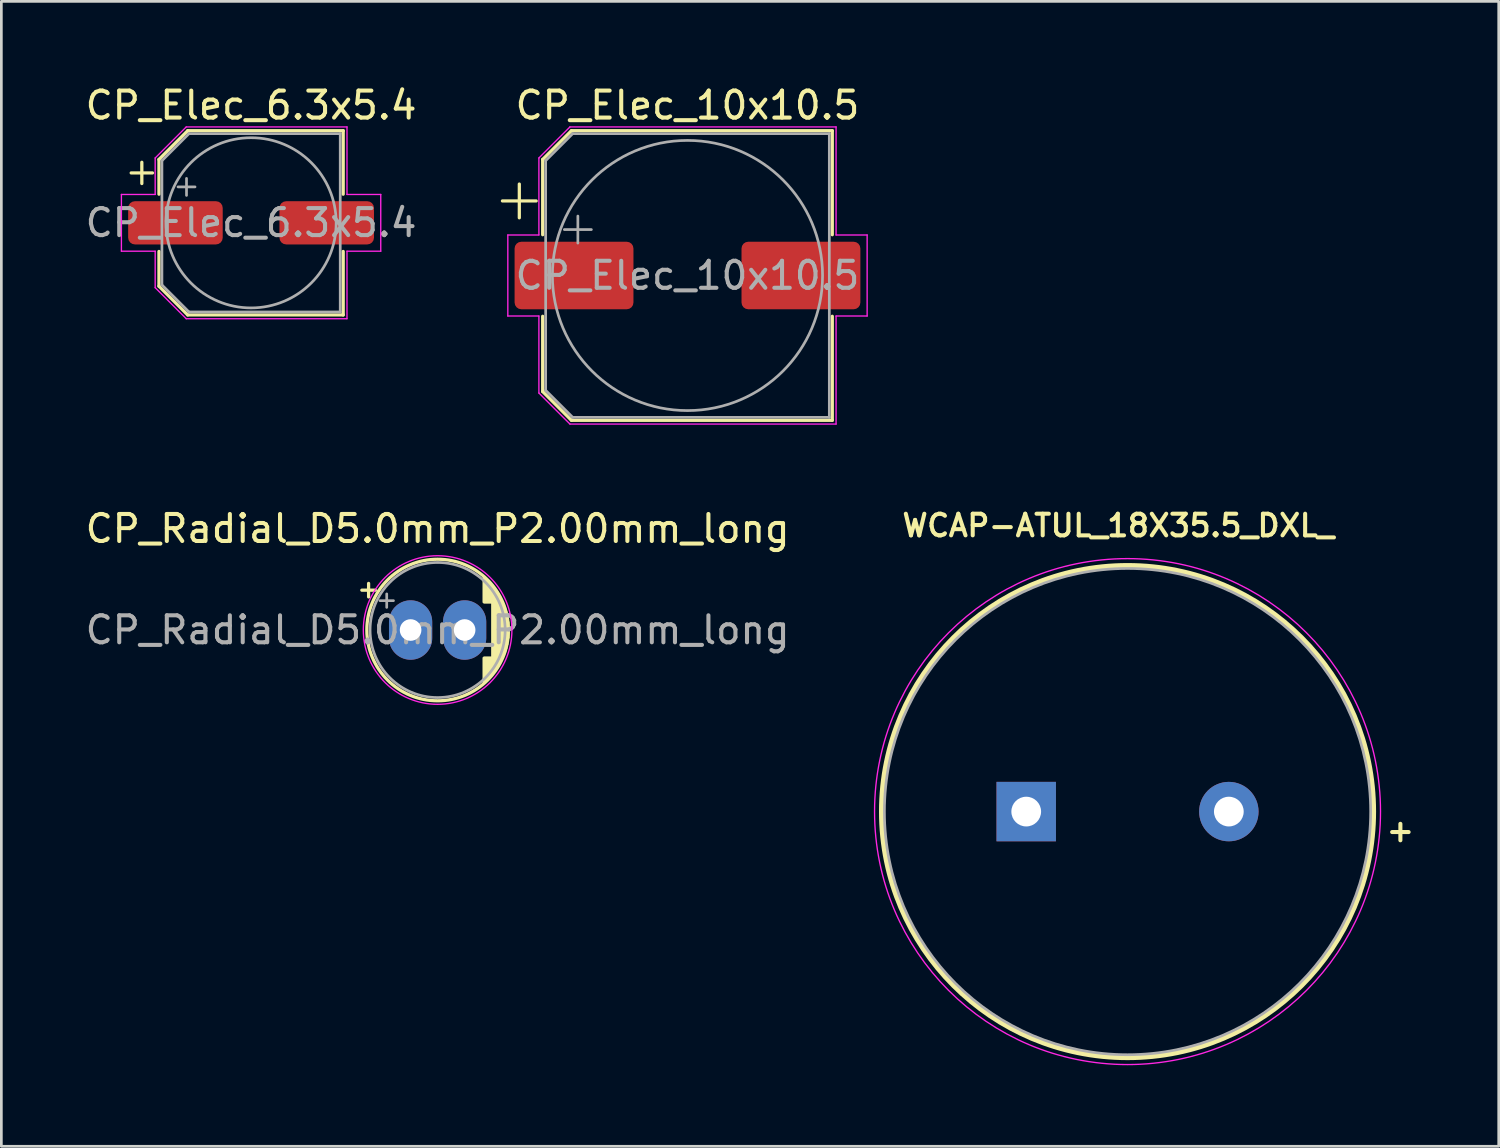
<source format=kicad_pcb>
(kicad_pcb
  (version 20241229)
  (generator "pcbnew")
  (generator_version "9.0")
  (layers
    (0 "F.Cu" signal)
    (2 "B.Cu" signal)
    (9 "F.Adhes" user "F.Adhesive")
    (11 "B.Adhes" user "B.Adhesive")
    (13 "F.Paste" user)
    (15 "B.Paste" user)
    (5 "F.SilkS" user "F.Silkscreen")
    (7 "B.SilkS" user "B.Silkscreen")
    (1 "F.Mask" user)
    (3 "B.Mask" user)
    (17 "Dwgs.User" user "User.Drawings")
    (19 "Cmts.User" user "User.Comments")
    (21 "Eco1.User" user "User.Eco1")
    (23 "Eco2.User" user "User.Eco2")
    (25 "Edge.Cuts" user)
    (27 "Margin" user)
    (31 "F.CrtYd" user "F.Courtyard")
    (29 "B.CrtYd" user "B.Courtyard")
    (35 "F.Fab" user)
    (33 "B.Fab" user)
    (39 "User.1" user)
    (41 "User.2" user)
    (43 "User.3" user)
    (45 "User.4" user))
  (footprint "CP_Elec_6.3x5.4"
    (layer "F.Cu")
    (at 6.244 5.198)
    (property "Reference" "CP_Elec_6.3x5.4" (at 0 -4.35 0) (layer "F.SilkS") (effects (font (size 1 1) (thickness 0.15))))
    (attr smd)
    (fp_line (start -4.438 -1.847) (end -3.65 -1.847) (stroke (width 0.12) (type solid)) (layer "F.SilkS"))
    (fp_line (start -4.044 -2.241) (end -4.044 -1.454) (stroke (width 0.12) (type solid)) (layer "F.SilkS"))
    (fp_line (start -3.41 -2.346) (end -3.41 -1.06) (stroke (width 0.12) (type solid)) (layer "F.SilkS"))
    (fp_line (start -3.41 -2.346) (end -2.346 -3.41) (stroke (width 0.12) (type solid)) (layer "F.SilkS"))
    (fp_line (start -3.41 2.346) (end -3.41 1.06) (stroke (width 0.12) (type solid)) (layer "F.SilkS"))
    (fp_line (start -3.41 2.346) (end -2.346 3.41) (stroke (width 0.12) (type solid)) (layer "F.SilkS"))
    (fp_line (start -2.346 -3.41) (end 3.41 -3.41) (stroke (width 0.12) (type solid)) (layer "F.SilkS"))
    (fp_line (start -2.346 3.41) (end 3.41 3.41) (stroke (width 0.12) (type solid)) (layer "F.SilkS"))
    (fp_line (start 3.41 -3.41) (end 3.41 -1.06) (stroke (width 0.12) (type solid)) (layer "F.SilkS"))
    (fp_line (start 3.41 3.41) (end 3.41 1.06) (stroke (width 0.12) (type solid)) (layer "F.SilkS"))
    (fp_line (start -4.8 -1.05) (end -4.8 1.05) (stroke (width 0.05) (type solid)) (layer "F.CrtYd"))
    (fp_line (start -4.8 1.05) (end -3.55 1.05) (stroke (width 0.05) (type solid)) (layer "F.CrtYd"))
    (fp_line (start -3.55 -2.4) (end -3.55 -1.05) (stroke (width 0.05) (type solid)) (layer "F.CrtYd"))
    (fp_line (start -3.55 -2.4) (end -2.4 -3.55) (stroke (width 0.05) (type solid)) (layer "F.CrtYd"))
    (fp_line (start -3.55 -1.05) (end -4.8 -1.05) (stroke (width 0.05) (type solid)) (layer "F.CrtYd"))
    (fp_line (start -3.55 1.05) (end -3.55 2.4) (stroke (width 0.05) (type solid)) (layer "F.CrtYd"))
    (fp_line (start -3.55 2.4) (end -2.4 3.55) (stroke (width 0.05) (type solid)) (layer "F.CrtYd"))
    (fp_line (start -2.4 -3.55) (end 3.55 -3.55) (stroke (width 0.05) (type solid)) (layer "F.CrtYd"))
    (fp_line (start -2.4 3.55) (end 3.55 3.55) (stroke (width 0.05) (type solid)) (layer "F.CrtYd"))
    (fp_line (start 3.55 -3.55) (end 3.55 -1.05) (stroke (width 0.05) (type solid)) (layer "F.CrtYd"))
    (fp_line (start 3.55 -1.05) (end 4.8 -1.05) (stroke (width 0.05) (type solid)) (layer "F.CrtYd"))
    (fp_line (start 3.55 1.05) (end 3.55 3.55) (stroke (width 0.05) (type solid)) (layer "F.CrtYd"))
    (fp_line (start 4.8 -1.05) (end 4.8 1.05) (stroke (width 0.05) (type solid)) (layer "F.CrtYd"))
    (fp_line (start 4.8 1.05) (end 3.55 1.05) (stroke (width 0.05) (type solid)) (layer "F.CrtYd"))
    (fp_line (start -3.3 -2.3) (end -3.3 2.3) (stroke (width 0.1) (type solid)) (layer "F.Fab"))
    (fp_line (start -3.3 -2.3) (end -2.3 -3.3) (stroke (width 0.1) (type solid)) (layer "F.Fab"))
    (fp_line (start -3.3 2.3) (end -2.3 3.3) (stroke (width 0.1) (type solid)) (layer "F.Fab"))
    (fp_line (start -2.705 -1.33) (end -2.075 -1.33) (stroke (width 0.1) (type solid)) (layer "F.Fab"))
    (fp_line (start -2.39 -1.645) (end -2.39 -1.015) (stroke (width 0.1) (type solid)) (layer "F.Fab"))
    (fp_line (start -2.3 -3.3) (end 3.3 -3.3) (stroke (width 0.1) (type solid)) (layer "F.Fab"))
    (fp_line (start -2.3 3.3) (end 3.3 3.3) (stroke (width 0.1) (type solid)) (layer "F.Fab"))
    (fp_line (start 3.3 -3.3) (end 3.3 3.3) (stroke (width 0.1) (type solid)) (layer "F.Fab"))
    (fp_circle (center 0 0) (end 3.15 0) (stroke (width 0.1) (type solid)) (fill no) (layer "F.Fab"))
    (fp_text user "${REFERENCE}" (at 0 0 0) (layer "F.Fab") (effects (font (size 1 1) (thickness 0.15))))
    (pad "1" smd roundrect (at -2.8 0) (size 3.5 1.6) (layers "F.Cu" "F.Mask" "F.Paste") (roundrect_rratio 0.156))
    (pad "2" smd roundrect (at 2.8 0) (size 3.5 1.6) (layers "F.Cu" "F.Mask" "F.Paste") (roundrect_rratio 0.156)))
  (footprint "CP_Elec_10x10.5"
    (layer "F.Cu")
    (at 22.398 7.148)
    (property "Reference" "CP_Elec_10x10.5" (at 0 -6.3 0) (layer "F.SilkS") (effects (font (size 1 1) (thickness 0.15))))
    (attr smd)
    (fp_line (start -6.85 -2.76) (end -5.6 -2.76) (stroke (width 0.12) (type solid)) (layer "F.SilkS"))
    (fp_line (start -6.225 -3.385) (end -6.225 -2.135) (stroke (width 0.12) (type solid)) (layer "F.SilkS"))
    (fp_line (start -5.36 -4.296) (end -5.36 -1.51) (stroke (width 0.12) (type solid)) (layer "F.SilkS"))
    (fp_line (start -5.36 -4.296) (end -4.296 -5.36) (stroke (width 0.12) (type solid)) (layer "F.SilkS"))
    (fp_line (start -5.36 4.296) (end -5.36 1.51) (stroke (width 0.12) (type solid)) (layer "F.SilkS"))
    (fp_line (start -5.36 4.296) (end -4.296 5.36) (stroke (width 0.12) (type solid)) (layer "F.SilkS"))
    (fp_line (start -4.296 -5.36) (end 5.36 -5.36) (stroke (width 0.12) (type solid)) (layer "F.SilkS"))
    (fp_line (start -4.296 5.36) (end 5.36 5.36) (stroke (width 0.12) (type solid)) (layer "F.SilkS"))
    (fp_line (start 5.36 -5.36) (end 5.36 -1.51) (stroke (width 0.12) (type solid)) (layer "F.SilkS"))
    (fp_line (start 5.36 5.36) (end 5.36 1.51) (stroke (width 0.12) (type solid)) (layer "F.SilkS"))
    (fp_line (start -6.65 -1.5) (end -6.65 1.5) (stroke (width 0.05) (type solid)) (layer "F.CrtYd"))
    (fp_line (start -6.65 1.5) (end -5.5 1.5) (stroke (width 0.05) (type solid)) (layer "F.CrtYd"))
    (fp_line (start -5.5 -4.35) (end -5.5 -1.5) (stroke (width 0.05) (type solid)) (layer "F.CrtYd"))
    (fp_line (start -5.5 -4.35) (end -4.35 -5.5) (stroke (width 0.05) (type solid)) (layer "F.CrtYd"))
    (fp_line (start -5.5 -1.5) (end -6.65 -1.5) (stroke (width 0.05) (type solid)) (layer "F.CrtYd"))
    (fp_line (start -5.5 1.5) (end -5.5 4.35) (stroke (width 0.05) (type solid)) (layer "F.CrtYd"))
    (fp_line (start -5.5 4.35) (end -4.35 5.5) (stroke (width 0.05) (type solid)) (layer "F.CrtYd"))
    (fp_line (start -4.35 -5.5) (end 5.5 -5.5) (stroke (width 0.05) (type solid)) (layer "F.CrtYd"))
    (fp_line (start -4.35 5.5) (end 5.5 5.5) (stroke (width 0.05) (type solid)) (layer "F.CrtYd"))
    (fp_line (start 5.5 -5.5) (end 5.5 -1.5) (stroke (width 0.05) (type solid)) (layer "F.CrtYd"))
    (fp_line (start 5.5 -1.5) (end 6.65 -1.5) (stroke (width 0.05) (type solid)) (layer "F.CrtYd"))
    (fp_line (start 5.5 1.5) (end 5.5 5.5) (stroke (width 0.05) (type solid)) (layer "F.CrtYd"))
    (fp_line (start 6.65 -1.5) (end 6.65 1.5) (stroke (width 0.05) (type solid)) (layer "F.CrtYd"))
    (fp_line (start 6.65 1.5) (end 5.5 1.5) (stroke (width 0.05) (type solid)) (layer "F.CrtYd"))
    (fp_line (start -5.25 -4.25) (end -5.25 4.25) (stroke (width 0.1) (type solid)) (layer "F.Fab"))
    (fp_line (start -5.25 -4.25) (end -4.25 -5.25) (stroke (width 0.1) (type solid)) (layer "F.Fab"))
    (fp_line (start -5.25 4.25) (end -4.25 5.25) (stroke (width 0.1) (type solid)) (layer "F.Fab"))
    (fp_line (start -4.558 -1.7) (end -3.558 -1.7) (stroke (width 0.1) (type solid)) (layer "F.Fab"))
    (fp_line (start -4.25 -5.25) (end 5.25 -5.25) (stroke (width 0.1) (type solid)) (layer "F.Fab"))
    (fp_line (start -4.25 5.25) (end 5.25 5.25) (stroke (width 0.1) (type solid)) (layer "F.Fab"))
    (fp_line (start -4.058 -2.2) (end -4.058 -1.2) (stroke (width 0.1) (type solid)) (layer "F.Fab"))
    (fp_line (start 5.25 -5.25) (end 5.25 5.25) (stroke (width 0.1) (type solid)) (layer "F.Fab"))
    (fp_circle (center 0 0) (end 5 0) (stroke (width 0.1) (type solid)) (fill no) (layer "F.Fab"))
    (fp_text user "${REFERENCE}" (at 0 0 0) (layer "F.Fab") (effects (font (size 1 1) (thickness 0.15))))
    (pad "1" smd roundrect (at -4.2 0) (size 4.4 2.5) (layers "F.Cu" "F.Mask" "F.Paste") (roundrect_rratio 0.1))
    (pad "2" smd roundrect (at 4.2 0) (size 4.4 2.5) (layers "F.Cu" "F.Mask" "F.Paste") (roundrect_rratio 0.1)))
  (footprint "WCAP-ATUL_18X35.5_DXL_"
    (layer "F.Cu")
    (at 38.687 26.992)
    (property "Reference" "WCAP-ATUL_18X35.5_DXL_" (at -0.34 -10.588 0) (layer "F.SilkS") (effects (font (size 0.8 0.8) (thickness 0.15))))
    (attr through_hole)
    (fp_circle (center 0 0) (end 9.1 0) (stroke (width 0.2) (type solid)) (fill no) (layer "F.SilkS"))
    (fp_circle (center 0 0) (end 8.513 -3.901) (stroke (width 0.05) (type default)) (fill no) (layer "F.CrtYd"))
    (fp_circle (center 0 0) (end 9 0) (stroke (width 0.1) (type solid)) (fill no) (layer "F.Fab"))
    (fp_text user "+" (at 10.1 0.7 0) (layer "F.SilkS") (effects (font (size 0.8 0.8) (thickness 0.15))))
    (pad "1" thru_hole circle (at 3.75 0) (size 2.2 2.2) (drill 1.1) (layers "*.Cu" "*.Mask"))
    (pad "2" thru_hole rect (at -3.75 0) (size 2.2 2.2) (drill 1.1) (layers "*.Cu" "*.Mask")))
  (footprint "CP_Radial_D5.0mm_P2.00mm_long"
    (layer "F.Cu")
    (at 12.149 20.271)
    (property "Reference" "CP_Radial_D5.0mm_P2.00mm_long" (at 1 -3.75 0) (layer "F.SilkS") (effects (font (size 1 1) (thickness 0.15))))
    (attr through_hole)
    (fp_line (start -1.805 -1.475) (end -1.305 -1.475) (stroke (width 0.12) (type solid)) (layer "F.SilkS"))
    (fp_line (start -1.555 -1.725) (end -1.555 -1.225) (stroke (width 0.12) (type solid)) (layer "F.SilkS"))
    (fp_line (start 2.721 -1.937) (end 2.721 -1.04) (stroke (width 0.12) (type solid)) (layer "F.SilkS"))
    (fp_line (start 2.721 1.04) (end 2.721 1.937) (stroke (width 0.12) (type solid)) (layer "F.SilkS"))
    (fp_line (start 2.761 -1.901) (end 2.761 -1.04) (stroke (width 0.12) (type solid)) (layer "F.SilkS"))
    (fp_line (start 2.761 1.04) (end 2.761 1.901) (stroke (width 0.12) (type solid)) (layer "F.SilkS"))
    (fp_line (start 2.801 -1.864) (end 2.801 -1.04) (stroke (width 0.12) (type solid)) (layer "F.SilkS"))
    (fp_line (start 2.801 1.04) (end 2.801 1.864) (stroke (width 0.12) (type solid)) (layer "F.SilkS"))
    (fp_line (start 2.841 -1.826) (end 2.841 -1.04) (stroke (width 0.12) (type solid)) (layer "F.SilkS"))
    (fp_line (start 2.841 1.04) (end 2.841 1.826) (stroke (width 0.12) (type solid)) (layer "F.SilkS"))
    (fp_line (start 2.881 -1.785) (end 2.881 -1.04) (stroke (width 0.12) (type solid)) (layer "F.SilkS"))
    (fp_line (start 2.881 1.04) (end 2.881 1.785) (stroke (width 0.12) (type solid)) (layer "F.SilkS"))
    (fp_line (start 2.921 -1.743) (end 2.921 -1.04) (stroke (width 0.12) (type solid)) (layer "F.SilkS"))
    (fp_line (start 2.921 1.04) (end 2.921 1.743) (stroke (width 0.12) (type solid)) (layer "F.SilkS"))
    (fp_line (start 2.961 -1.699) (end 2.961 -1.04) (stroke (width 0.12) (type solid)) (layer "F.SilkS"))
    (fp_line (start 2.961 1.04) (end 2.961 1.699) (stroke (width 0.12) (type solid)) (layer "F.SilkS"))
    (fp_line (start 3.001 -1.653) (end 3.001 -1.04) (stroke (width 0.12) (type solid)) (layer "F.SilkS"))
    (fp_line (start 3.001 1.04) (end 3.001 1.653) (stroke (width 0.12) (type solid)) (layer "F.SilkS"))
    (fp_line (start 3.041 -1.605) (end 3.041 1.605) (stroke (width 0.12) (type solid)) (layer "F.SilkS"))
    (fp_line (start 3.081 -1.554) (end 3.081 1.554) (stroke (width 0.12) (type solid)) (layer "F.SilkS"))
    (fp_line (start 3.121 -1.5) (end 3.121 1.5) (stroke (width 0.12) (type solid)) (layer "F.SilkS"))
    (fp_line (start 3.161 -1.443) (end 3.161 1.443) (stroke (width 0.12) (type solid)) (layer "F.SilkS"))
    (fp_line (start 3.201 -1.383) (end 3.201 1.383) (stroke (width 0.12) (type solid)) (layer "F.SilkS"))
    (fp_line (start 3.241 -1.319) (end 3.241 1.319) (stroke (width 0.12) (type solid)) (layer "F.SilkS"))
    (fp_line (start 3.281 -1.251) (end 3.281 1.251) (stroke (width 0.12) (type solid)) (layer "F.SilkS"))
    (fp_line (start 3.321 -1.178) (end 3.321 1.178) (stroke (width 0.12) (type solid)) (layer "F.SilkS"))
    (fp_line (start 3.361 -1.098) (end 3.361 1.098) (stroke (width 0.12) (type solid)) (layer "F.SilkS"))
    (fp_line (start 3.401 -1.011) (end 3.401 1.011) (stroke (width 0.12) (type solid)) (layer "F.SilkS"))
    (fp_line (start 3.441 -0.915) (end 3.441 0.915) (stroke (width 0.12) (type solid)) (layer "F.SilkS"))
    (fp_line (start 3.481 -0.805) (end 3.481 0.805) (stroke (width 0.12) (type solid)) (layer "F.SilkS"))
    (fp_line (start 3.521 -0.677) (end 3.521 0.677) (stroke (width 0.12) (type solid)) (layer "F.SilkS"))
    (fp_line (start 3.561 -0.518) (end 3.561 0.518) (stroke (width 0.12) (type solid)) (layer "F.SilkS"))
    (fp_line (start 3.601 -0.284) (end 3.601 0.284) (stroke (width 0.12) (type solid)) (layer "F.SilkS"))
    (fp_circle (center 1 0) (end 3.62 0) (stroke (width 0.12) (type solid)) (fill no) (layer "F.SilkS"))
    (fp_circle (center 1 0) (end 3.75 0) (stroke (width 0.05) (type solid)) (fill no) (layer "F.CrtYd"))
    (fp_line (start -1.134 -1.087) (end -0.634 -1.087) (stroke (width 0.1) (type solid)) (layer "F.Fab"))
    (fp_line (start -0.884 -1.337) (end -0.884 -0.838) (stroke (width 0.1) (type solid)) (layer "F.Fab"))
    (fp_circle (center 1 0) (end 3.5 0) (stroke (width 0.1) (type solid)) (fill no) (layer "F.Fab"))
    (fp_text user "${REFERENCE}" (at 1 0 0) (layer "F.Fab") (effects (font (size 1 1) (thickness 0.15))))
    (pad "1" thru_hole oval (at 0 0) (size 1.6 2.2) (drill 0.8) (layers "*.Cu" "*.Mask"))
    (pad "2" thru_hole oval (at 2 0) (size 1.6 2.2) (drill 0.8) (layers "*.Cu" "*.Mask")))
  (gr_rect
    (start -3 -3)
    (end 52.427 39.382)
    (stroke (width 0.1) (type default))
    (fill no)
    (layer "Edge.Cuts")))
</source>
